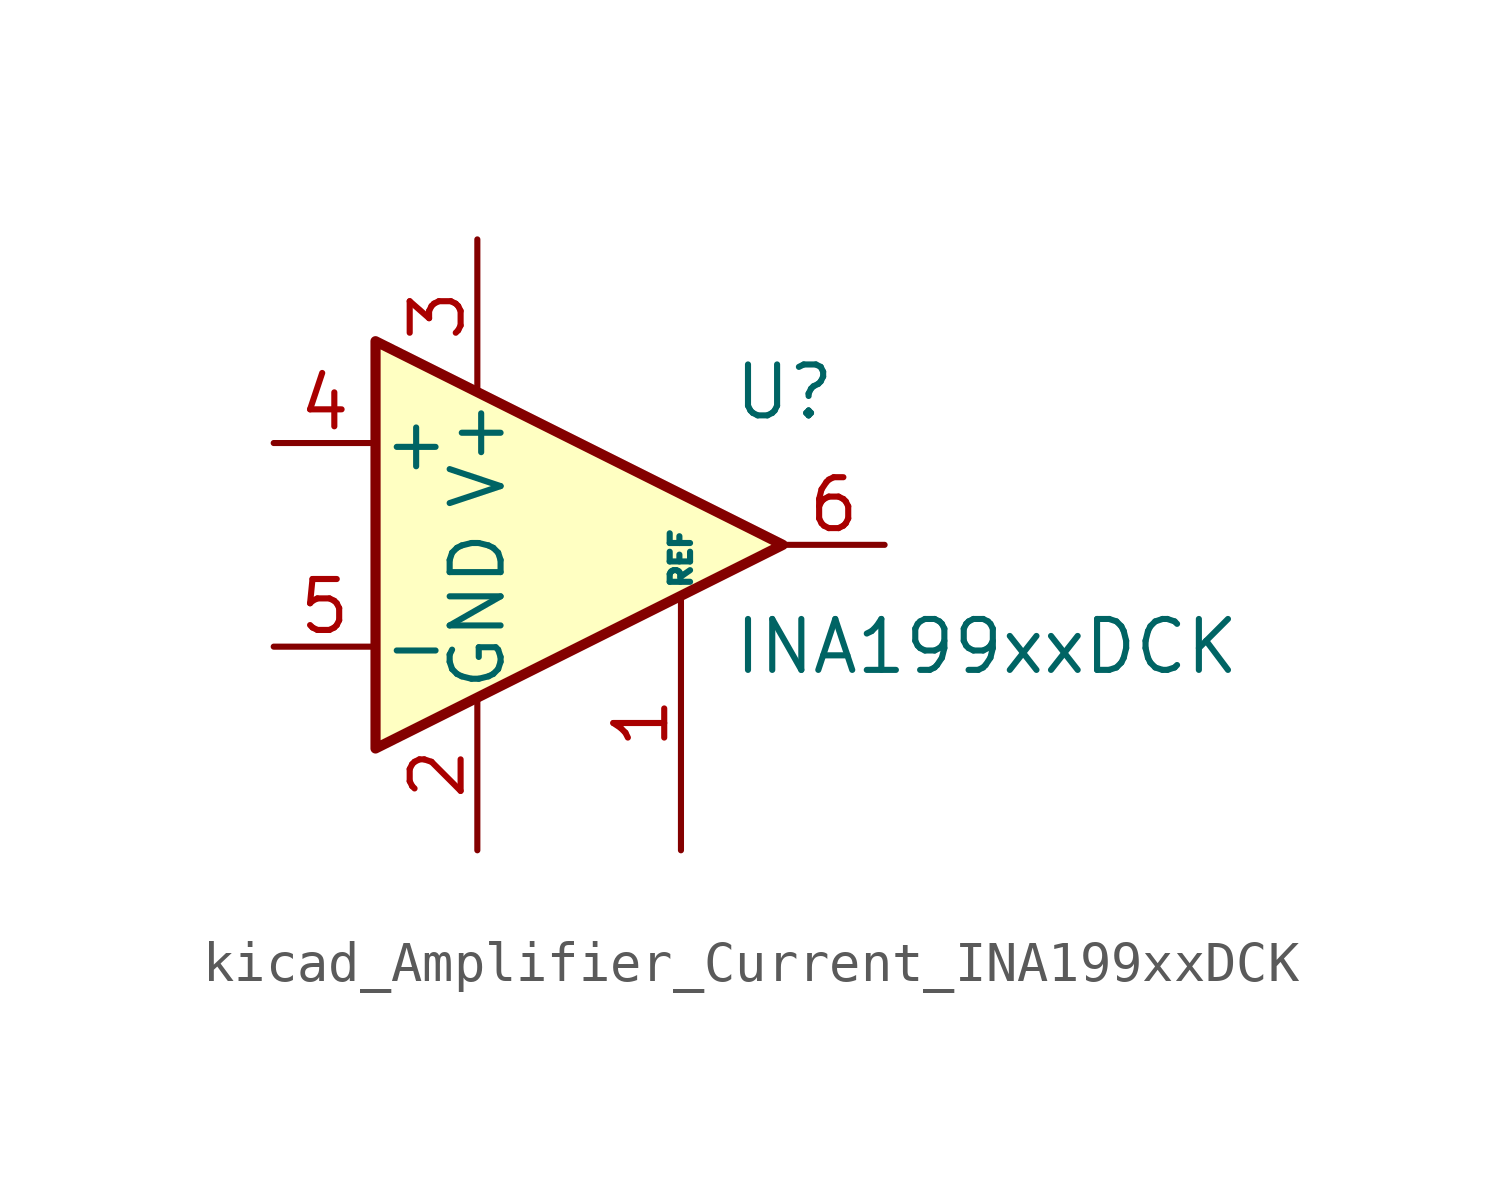
<source format=kicad_sym>
(kicad_symbol_lib
  (version 20220914)
  (generator kicad_symbol_editor)
  (symbol "kicad_Amplifier_Current_INA199xxDCK"
    (pin_names
      (offset 0.127))
    (property "Reference" "U"
      (at 3.81 3.81 0)
      (effects (font (size 1.27 1.27)) (justify left)))
    (property "Value" "INA199xxDCK"
      (at 3.81 -2.54 0)
      (effects (font (size 1.27 1.27)) (justify left)))
    (symbol "kicad_Amplifier_Current_INA199xxDCK_0_1"
      (polyline (pts (xy 5.08 0) (xy -5.08 5.08) (xy -5.08 -5.08) (xy 5.08 0)) (stroke (width 0.254) (type default)) (fill (type background))))
    (symbol "kicad_Amplifier_Current_INA199xxDCK_1_1"
      (pin input line (at 2.54 -7.62 90) (length 6.35) (name "REF" (effects (font (size 0.508 0.508)))) (number "1" (effects (font (size 1.27 1.27)))))
      (pin power_in line (at -2.54 -7.62 90) (length 3.81) (name "GND" (effects (font (size 1.27 1.27)))) (number "2" (effects (font (size 1.27 1.27)))))
      (pin power_in line (at -2.54 7.62 270) (length 3.81) (name "V+" (effects (font (size 1.27 1.27)))) (number "3" (effects (font (size 1.27 1.27)))))
      (pin input line (at -7.62 2.54 0) (length 2.54) (name "+" (effects (font (size 1.27 1.27)))) (number "4" (effects (font (size 1.27 1.27)))))
      (pin input line (at -7.62 -2.54 0) (length 2.54) (name "-" (effects (font (size 1.27 1.27)))) (number "5" (effects (font (size 1.27 1.27)))))
      (pin output line (at 7.62 0 180) (length 2.54) (name "~" (effects (font (size 1.27 1.27)))) (number "6" (effects (font (size 1.27 1.27))))))))
</source>
